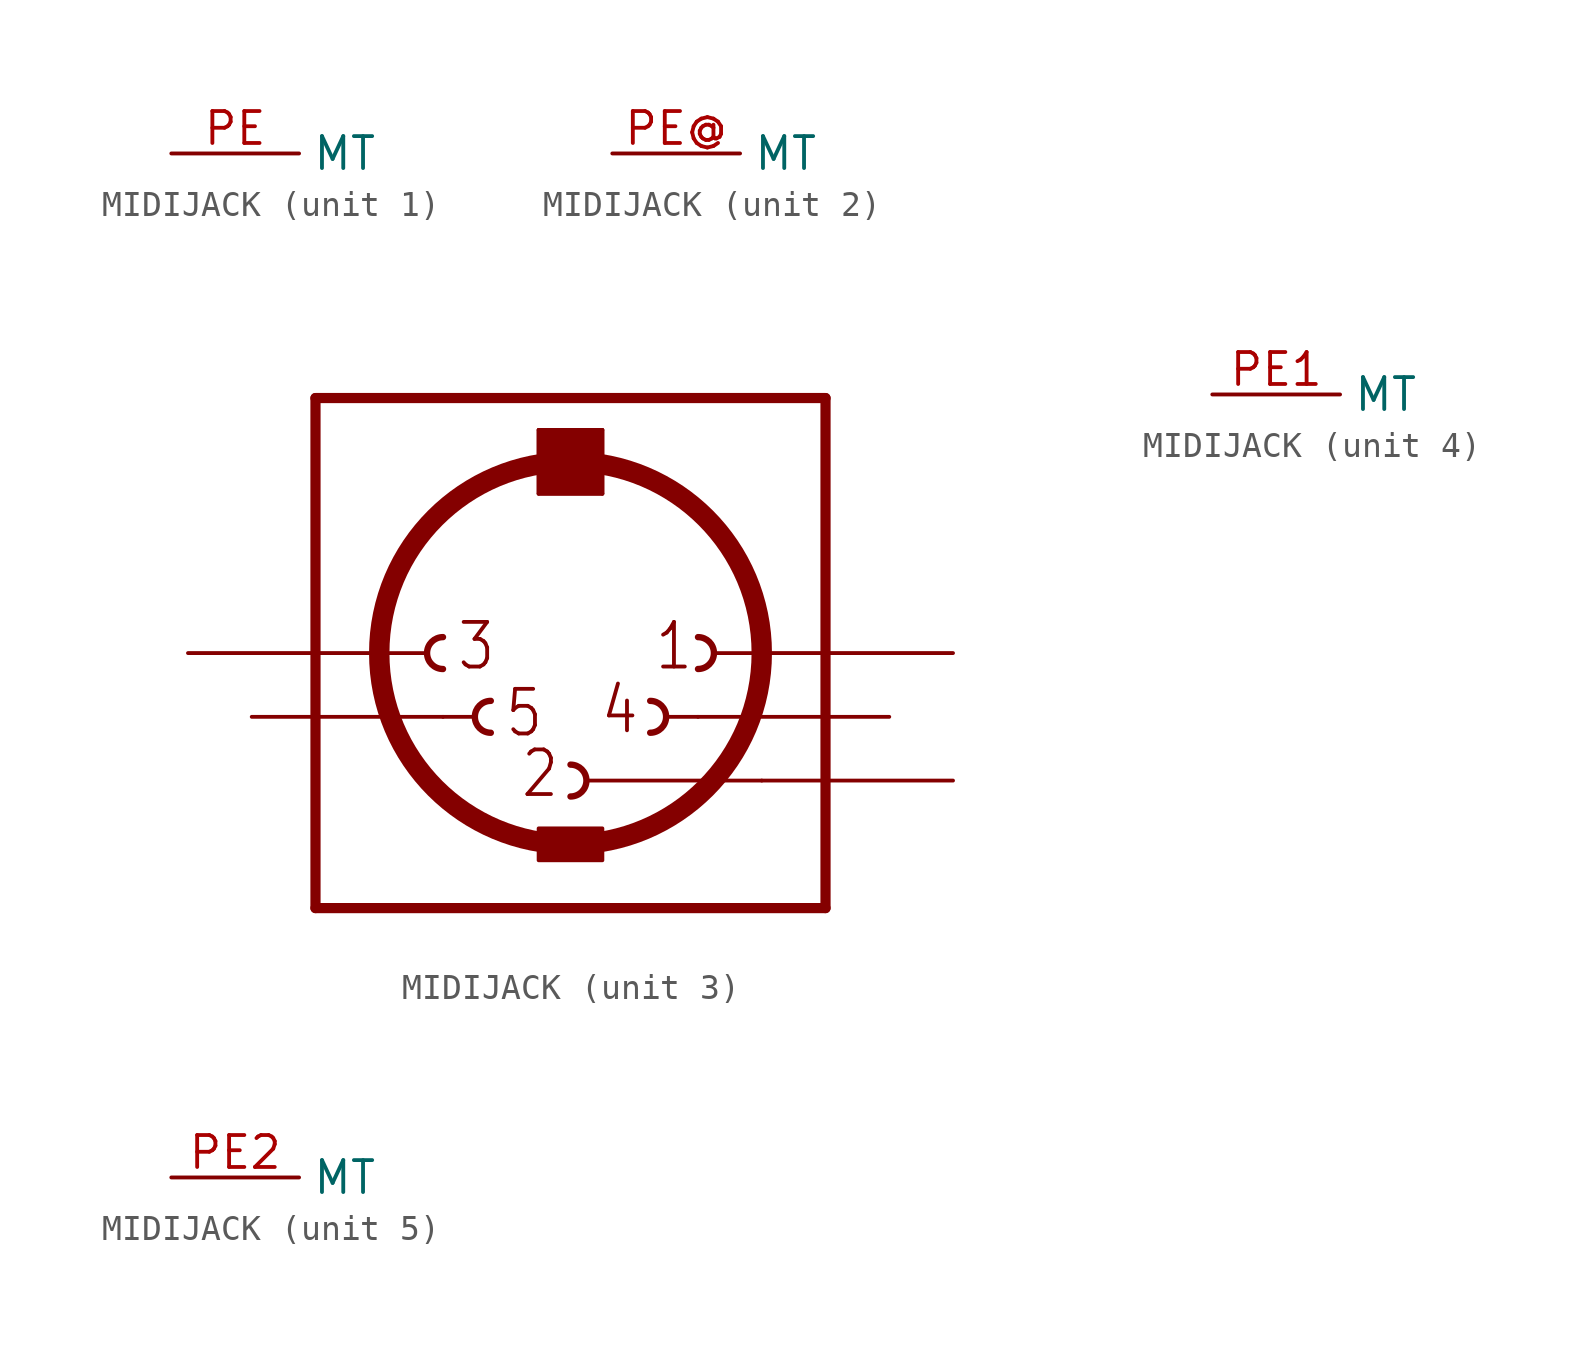
<source format=kicad_sym>
(kicad_symbol_lib
  (version 20211014)
  (generator kicad_symbol_editor)
  (symbol "MIDIJACK"
    (property "Reference" ""
      (at -10.16 10.795 0)
      (effects (font (size 1.778 1.511)) (justify left bottom) hide))
    (property "ki_locked" ""
      (at 0 0 0)
      (effects (font (size 1.27 1.27))))
    (symbol "MIDIJACK_1_0"
      (pin passive line (at 0 0 0) (length 5.08) (name "MT" (effects (font (size 1.27 1.27)))) (number "PE" (effects (font (size 1.27 1.27))))))
    (symbol "MIDIJACK_2_0"
      (pin passive line (at 0 0 0) (length 5.08) (name "MT" (effects (font (size 1.27 1.27)))) (number "PE@" (effects (font (size 1.27 1.27))))))
    (symbol "MIDIJACK_3_0"
      (arc (start -5.08 0.635) (mid -5.715 0) (end -5.08 -0.635) (stroke (width 0.254) (type default) (color 0 0 0 0)) (fill (type none)))
      (arc (start -3.175 -1.905) (mid -3.81 -2.54) (end -3.175 -3.175) (stroke (width 0.254) (type default) (color 0 0 0 0)) (fill (type none)))
      (rectangle (start -1.27 -8.255) (end 1.27 -6.985) (stroke (width 0) (type default) (color 0 0 0 0)) (fill (type outline)))
      (rectangle (start -1.27 6.35) (end 1.27 8.89) (stroke (width 0) (type default) (color 0 0 0 0)) (fill (type outline)))
      (arc (start 0 -5.715) (mid 0.635 -5.08) (end 0 -4.445) (stroke (width 0.254) (type default) (color 0 0 0 0)) (fill (type none)))
      (polyline (pts (xy -10.16 -10.16) (xy -10.16 10.16)) (stroke (width 0.406) (type default) (color 0 0 0 0)) (fill (type none)))
      (polyline (pts (xy -10.16 -10.16) (xy 10.16 -10.16)) (stroke (width 0.406) (type default) (color 0 0 0 0)) (fill (type none)))
      (polyline (pts (xy -7.62 0) (xy -5.715 0)) (stroke (width 0.152) (type default) (color 0 0 0 0)) (fill (type none)))
      (polyline (pts (xy -5.08 -2.54) (xy -3.81 -2.54)) (stroke (width 0.152) (type default) (color 0 0 0 0)) (fill (type none)))
      (polyline (pts (xy -1.27 6.35) (xy -1.27 8.89)) (stroke (width 0.152) (type default) (color 0 0 0 0)) (fill (type none)))
      (polyline (pts (xy -1.27 6.35) (xy 1.27 6.35)) (stroke (width 0.152) (type default) (color 0 0 0 0)) (fill (type none)))
      (polyline (pts (xy -1.27 8.89) (xy 1.27 8.89)) (stroke (width 0.152) (type default) (color 0 0 0 0)) (fill (type none)))
      (polyline (pts (xy 0.635 -5.08) (xy 7.62 -5.08)) (stroke (width 0.152) (type default) (color 0 0 0 0)) (fill (type none)))
      (polyline (pts (xy 1.27 8.89) (xy 1.27 6.35)) (stroke (width 0.152) (type default) (color 0 0 0 0)) (fill (type none)))
      (polyline (pts (xy 3.81 -2.54) (xy 5.08 -2.54)) (stroke (width 0.152) (type default) (color 0 0 0 0)) (fill (type none)))
      (polyline (pts (xy 5.715 0) (xy 7.62 0)) (stroke (width 0.152) (type default) (color 0 0 0 0)) (fill (type none)))
      (polyline (pts (xy 10.16 10.16) (xy -10.16 10.16)) (stroke (width 0.406) (type default) (color 0 0 0 0)) (fill (type none)))
      (polyline (pts (xy 10.16 10.16) (xy 10.16 -10.16)) (stroke (width 0.406) (type default) (color 0 0 0 0)) (fill (type none)))
      (circle (center 0 0) (radius 7.62) (stroke (width 0.813) (type default) (color 0 0 0 0)) (fill (type none)))
      (arc (start 3.175 -3.175) (mid 3.81 -2.54) (end 3.175 -1.905) (stroke (width 0.254) (type default) (color 0 0 0 0)) (fill (type none)))
      (arc (start 5.08 -0.635) (mid 5.715 0) (end 5.08 0.635) (stroke (width 0.254) (type default) (color 0 0 0 0)) (fill (type none)))
      (text "1" (at 3.302 -0.762 0) (effects (font (size 1.778 1.511)) (justify left bottom)))
      (text "2" (at -2.032 -5.842 0) (effects (font (size 1.778 1.511)) (justify left bottom)))
      (text "3" (at -4.572 -0.762 0) (effects (font (size 1.778 1.511)) (justify left bottom)))
      (text "4" (at 1.143 -3.302 0) (effects (font (size 1.778 1.511)) (justify left bottom)))
      (text "5" (at -2.667 -3.429 0) (effects (font (size 1.778 1.511)) (justify left bottom)))
      (pin passive line (at 15.24 0 180) (length 7.62) (name "1" (effects (font (size 0 0)))) (number "1" (effects (font (size 0 0)))))
      (pin passive line (at 15.24 -5.08 180) (length 7.62) (name "2" (effects (font (size 0 0)))) (number "2" (effects (font (size 0 0)))))
      (pin passive line (at -15.24 0 0) (length 7.62) (name "3" (effects (font (size 0 0)))) (number "3" (effects (font (size 0 0)))))
      (pin passive line (at 12.7 -2.54 180) (length 7.62) (name "4" (effects (font (size 0 0)))) (number "4" (effects (font (size 0 0)))))
      (pin passive line (at -12.7 -2.54 0) (length 7.62) (name "5" (effects (font (size 0 0)))) (number "5" (effects (font (size 0 0))))))
    (symbol "MIDIJACK_4_0"
      (pin passive line (at 0 0 0) (length 5.08) (name "MT" (effects (font (size 1.27 1.27)))) (number "PE1" (effects (font (size 1.27 1.27))))))
    (symbol "MIDIJACK_5_0"
      (pin passive line (at 0 0 0) (length 5.08) (name "MT" (effects (font (size 1.27 1.27)))) (number "PE2" (effects (font (size 1.27 1.27))))))))
</source>
